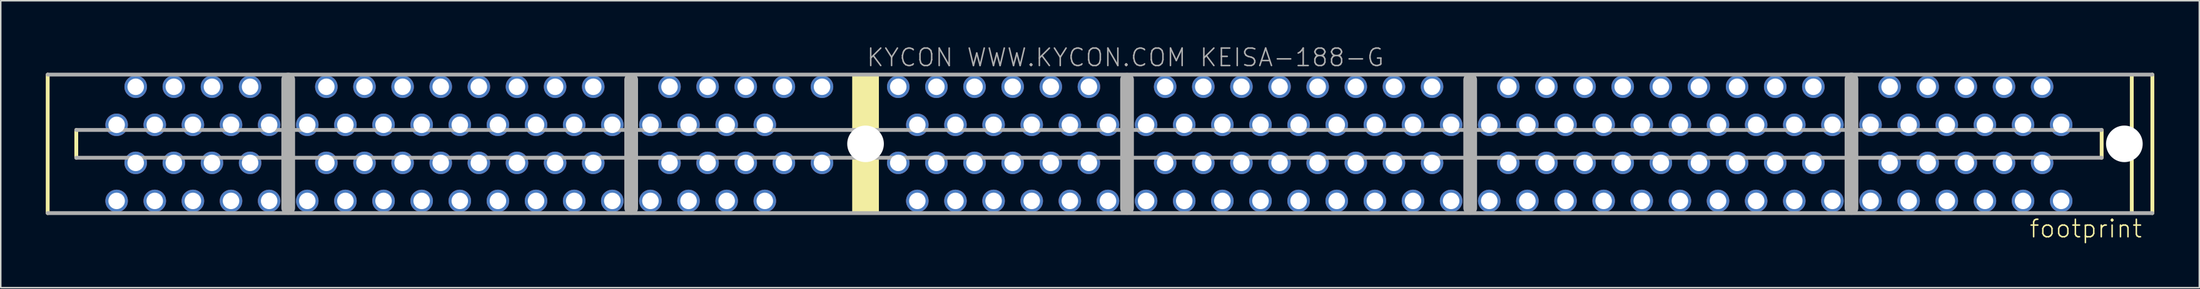
<source format=kicad_pcb>
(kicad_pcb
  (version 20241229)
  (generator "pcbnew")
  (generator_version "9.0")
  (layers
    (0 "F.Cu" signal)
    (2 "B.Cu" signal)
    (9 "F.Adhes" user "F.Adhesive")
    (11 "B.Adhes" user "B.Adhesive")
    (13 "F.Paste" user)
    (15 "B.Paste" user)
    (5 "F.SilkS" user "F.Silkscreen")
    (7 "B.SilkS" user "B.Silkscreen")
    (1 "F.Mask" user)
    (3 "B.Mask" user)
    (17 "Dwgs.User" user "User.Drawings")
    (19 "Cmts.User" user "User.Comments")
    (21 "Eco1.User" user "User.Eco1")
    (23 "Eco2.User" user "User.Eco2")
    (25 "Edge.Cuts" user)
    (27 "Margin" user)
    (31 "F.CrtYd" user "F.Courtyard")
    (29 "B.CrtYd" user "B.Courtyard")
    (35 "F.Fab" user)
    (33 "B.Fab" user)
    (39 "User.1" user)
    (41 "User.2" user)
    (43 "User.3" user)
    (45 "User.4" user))
  (footprint "footprint"
    (layer "F.Cu")
    (at 54.61 6.553)
    (property "Reference" "footprint" (at 77.47 6.35 0) (layer "F.SilkS") (effects (font (size 1.168 1.168) (thickness 0.102)) (justify left bottom)))
    (fp_line (start -54.483 4.623) (end -54.483 -4.623) (stroke (width 0.254) (type solid)) (layer "F.SilkS"))
    (fp_line (start -52.578 0.927) (end -52.578 -0.927) (stroke (width 0.254) (type solid)) (layer "F.SilkS"))
    (fp_line (start 82.347 -0.927) (end 82.347 0.927) (stroke (width 0.254) (type solid)) (layer "F.SilkS"))
    (fp_line (start 84.353 -4.534) (end 84.353 4.585) (stroke (width 0.254) (type solid)) (layer "F.SilkS"))
    (fp_line (start 85.725 -4.623) (end 85.725 4.623) (stroke (width 0.254) (type solid)) (layer "F.SilkS"))
    (fp_poly (pts (xy -0.889 4.699) (xy 0.889 4.699) (xy 0.889 -4.699) (xy -0.889 -4.699)) (stroke (width 0) (type solid)) (fill yes) (layer "F.SilkS"))
    (fp_line (start -54.483 -4.623) (end 85.725 -4.623) (stroke (width 0.254) (type solid)) (layer "F.Fab"))
    (fp_line (start -52.578 -0.927) (end 82.347 -0.927) (stroke (width 0.254) (type solid)) (layer "F.Fab"))
    (fp_line (start -38.46 -4.293) (end -38.46 4.28) (stroke (width 0.914) (type solid)) (layer "F.Fab"))
    (fp_line (start -15.613 -4.272) (end -15.613 4.28) (stroke (width 0.914) (type solid)) (layer "F.Fab"))
    (fp_line (start 17.42 -4.28) (end 17.42 4.28) (stroke (width 0.914) (type solid)) (layer "F.Fab"))
    (fp_line (start 40.28 -4.267) (end 40.28 4.28) (stroke (width 0.914) (type solid)) (layer "F.Fab"))
    (fp_line (start 65.68 -4.293) (end 65.68 4.28) (stroke (width 0.914) (type solid)) (layer "F.Fab"))
    (fp_line (start 82.347 0.927) (end -52.578 0.927) (stroke (width 0.254) (type solid)) (layer "F.Fab"))
    (fp_line (start 85.725 4.623) (end -54.483 4.623) (stroke (width 0.254) (type solid)) (layer "F.Fab"))
    (fp_text user "KYCON WWW.KYCON.COM KEISA-188-G" (at 0 -5.08 0) (layer "F.Fab") (effects (font (size 1.168 1.168) (thickness 0.102)) (justify left bottom)))
    (pad "" np_thru_hole circle (at 0 0) (size 2.44 2.44) (drill 2.44) (layers "*.Cu" "*.Mask"))
    (pad "" np_thru_hole circle (at 83.86 0) (size 2.44 2.44) (drill 2.44) (layers "*.Cu" "*.Mask"))
    (pad "A1" thru_hole circle (at 79.65 3.81) (size 1.5 1.5) (drill 1.1) (layers "*.Cu" "*.Mask"))
    (pad "A2" thru_hole circle (at 77.11 3.81) (size 1.5 1.5) (drill 1.1) (layers "*.Cu" "*.Mask"))
    (pad "A3" thru_hole circle (at 74.57 3.81) (size 1.5 1.5) (drill 1.1) (layers "*.Cu" "*.Mask"))
    (pad "A4" thru_hole circle (at 72.03 3.81) (size 1.5 1.5) (drill 1.1) (layers "*.Cu" "*.Mask"))
    (pad "A5" thru_hole circle (at 69.49 3.81) (size 1.5 1.5) (drill 1.1) (layers "*.Cu" "*.Mask"))
    (pad "A6" thru_hole circle (at 66.95 3.81) (size 1.5 1.5) (drill 1.1) (layers "*.Cu" "*.Mask"))
    (pad "A7" thru_hole circle (at 64.41 3.81) (size 1.5 1.5) (drill 1.1) (layers "*.Cu" "*.Mask"))
    (pad "A8" thru_hole circle (at 61.87 3.81) (size 1.5 1.5) (drill 1.1) (layers "*.Cu" "*.Mask"))
    (pad "A9" thru_hole circle (at 59.33 3.81) (size 1.5 1.5) (drill 1.1) (layers "*.Cu" "*.Mask"))
    (pad "A10" thru_hole circle (at 56.79 3.81) (size 1.5 1.5) (drill 1.1) (layers "*.Cu" "*.Mask"))
    (pad "A11" thru_hole circle (at 54.25 3.81) (size 1.5 1.5) (drill 1.1) (layers "*.Cu" "*.Mask"))
    (pad "A12" thru_hole circle (at 51.71 3.81) (size 1.5 1.5) (drill 1.1) (layers "*.Cu" "*.Mask"))
    (pad "A13" thru_hole circle (at 49.17 3.81) (size 1.5 1.5) (drill 1.1) (layers "*.Cu" "*.Mask"))
    (pad "A14" thru_hole circle (at 46.63 3.81) (size 1.5 1.5) (drill 1.1) (layers "*.Cu" "*.Mask"))
    (pad "A15" thru_hole circle (at 44.09 3.81) (size 1.5 1.5) (drill 1.1) (layers "*.Cu" "*.Mask"))
    (pad "A16" thru_hole circle (at 41.55 3.81) (size 1.5 1.5) (drill 1.1) (layers "*.Cu" "*.Mask"))
    (pad "A17" thru_hole circle (at 39.01 3.81) (size 1.5 1.5) (drill 1.1) (layers "*.Cu" "*.Mask"))
    (pad "A18" thru_hole circle (at 36.47 3.81) (size 1.5 1.5) (drill 1.1) (layers "*.Cu" "*.Mask"))
    (pad "A19" thru_hole circle (at 33.93 3.81) (size 1.5 1.5) (drill 1.1) (layers "*.Cu" "*.Mask"))
    (pad "A20" thru_hole circle (at 31.39 3.81) (size 1.5 1.5) (drill 1.1) (layers "*.Cu" "*.Mask"))
    (pad "A21" thru_hole circle (at 28.85 3.81) (size 1.5 1.5) (drill 1.1) (layers "*.Cu" "*.Mask"))
    (pad "A22" thru_hole circle (at 26.31 3.81) (size 1.5 1.5) (drill 1.1) (layers "*.Cu" "*.Mask"))
    (pad "A23" thru_hole circle (at 23.77 3.81) (size 1.5 1.5) (drill 1.1) (layers "*.Cu" "*.Mask"))
    (pad "A24" thru_hole circle (at 21.23 3.81) (size 1.5 1.5) (drill 1.1) (layers "*.Cu" "*.Mask"))
    (pad "A25" thru_hole circle (at 18.69 3.81) (size 1.5 1.5) (drill 1.1) (layers "*.Cu" "*.Mask"))
    (pad "A26" thru_hole circle (at 16.15 3.81) (size 1.5 1.5) (drill 1.1) (layers "*.Cu" "*.Mask"))
    (pad "A27" thru_hole circle (at 13.61 3.81) (size 1.5 1.5) (drill 1.1) (layers "*.Cu" "*.Mask"))
    (pad "A28" thru_hole circle (at 11.07 3.81) (size 1.5 1.5) (drill 1.1) (layers "*.Cu" "*.Mask"))
    (pad "A29" thru_hole circle (at 8.53 3.81) (size 1.5 1.5) (drill 1.1) (layers "*.Cu" "*.Mask"))
    (pad "A30" thru_hole circle (at 5.99 3.81) (size 1.5 1.5) (drill 1.1) (layers "*.Cu" "*.Mask"))
    (pad "A31" thru_hole circle (at 3.45 3.81) (size 1.5 1.5) (drill 1.1) (layers "*.Cu" "*.Mask"))
    (pad "B1" thru_hole circle (at 79.65 -1.27) (size 1.5 1.5) (drill 1.1) (layers "*.Cu" "*.Mask"))
    (pad "B2" thru_hole circle (at 77.11 -1.27) (size 1.5 1.5) (drill 1.1) (layers "*.Cu" "*.Mask"))
    (pad "B3" thru_hole circle (at 74.57 -1.27) (size 1.5 1.5) (drill 1.1) (layers "*.Cu" "*.Mask"))
    (pad "B4" thru_hole circle (at 72.03 -1.27) (size 1.5 1.5) (drill 1.1) (layers "*.Cu" "*.Mask"))
    (pad "B5" thru_hole circle (at 69.49 -1.27) (size 1.5 1.5) (drill 1.1) (layers "*.Cu" "*.Mask"))
    (pad "B6" thru_hole circle (at 66.95 -1.27) (size 1.5 1.5) (drill 1.1) (layers "*.Cu" "*.Mask"))
    (pad "B7" thru_hole circle (at 64.41 -1.27) (size 1.5 1.5) (drill 1.1) (layers "*.Cu" "*.Mask"))
    (pad "B8" thru_hole circle (at 61.87 -1.27) (size 1.5 1.5) (drill 1.1) (layers "*.Cu" "*.Mask"))
    (pad "B9" thru_hole circle (at 59.33 -1.27) (size 1.5 1.5) (drill 1.1) (layers "*.Cu" "*.Mask"))
    (pad "B10" thru_hole circle (at 56.79 -1.27) (size 1.5 1.5) (drill 1.1) (layers "*.Cu" "*.Mask"))
    (pad "B11" thru_hole circle (at 54.25 -1.27) (size 1.5 1.5) (drill 1.1) (layers "*.Cu" "*.Mask"))
    (pad "B12" thru_hole circle (at 51.71 -1.27) (size 1.5 1.5) (drill 1.1) (layers "*.Cu" "*.Mask"))
    (pad "B13" thru_hole circle (at 49.17 -1.27) (size 1.5 1.5) (drill 1.1) (layers "*.Cu" "*.Mask"))
    (pad "B14" thru_hole circle (at 46.63 -1.27) (size 1.5 1.5) (drill 1.1) (layers "*.Cu" "*.Mask"))
    (pad "B15" thru_hole circle (at 44.09 -1.27) (size 1.5 1.5) (drill 1.1) (layers "*.Cu" "*.Mask"))
    (pad "B16" thru_hole circle (at 41.55 -1.27) (size 1.5 1.5) (drill 1.1) (layers "*.Cu" "*.Mask"))
    (pad "B17" thru_hole circle (at 39.01 -1.27) (size 1.5 1.5) (drill 1.1) (layers "*.Cu" "*.Mask"))
    (pad "B18" thru_hole circle (at 36.47 -1.27) (size 1.5 1.5) (drill 1.1) (layers "*.Cu" "*.Mask"))
    (pad "B19" thru_hole circle (at 33.93 -1.27) (size 1.5 1.5) (drill 1.1) (layers "*.Cu" "*.Mask"))
    (pad "B20" thru_hole circle (at 31.39 -1.27) (size 1.5 1.5) (drill 1.1) (layers "*.Cu" "*.Mask"))
    (pad "B21" thru_hole circle (at 28.85 -1.27) (size 1.5 1.5) (drill 1.1) (layers "*.Cu" "*.Mask"))
    (pad "B22" thru_hole circle (at 26.31 -1.27) (size 1.5 1.5) (drill 1.1) (layers "*.Cu" "*.Mask"))
    (pad "B23" thru_hole circle (at 23.77 -1.27) (size 1.5 1.5) (drill 1.1) (layers "*.Cu" "*.Mask"))
    (pad "B24" thru_hole circle (at 21.23 -1.27) (size 1.5 1.5) (drill 1.1) (layers "*.Cu" "*.Mask"))
    (pad "B25" thru_hole circle (at 18.69 -1.27) (size 1.5 1.5) (drill 1.1) (layers "*.Cu" "*.Mask"))
    (pad "B26" thru_hole circle (at 16.15 -1.27) (size 1.5 1.5) (drill 1.1) (layers "*.Cu" "*.Mask"))
    (pad "B27" thru_hole circle (at 13.61 -1.27) (size 1.5 1.5) (drill 1.1) (layers "*.Cu" "*.Mask"))
    (pad "B28" thru_hole circle (at 11.07 -1.27) (size 1.5 1.5) (drill 1.1) (layers "*.Cu" "*.Mask"))
    (pad "B29" thru_hole circle (at 8.53 -1.27) (size 1.5 1.5) (drill 1.1) (layers "*.Cu" "*.Mask"))
    (pad "B30" thru_hole circle (at 5.99 -1.27) (size 1.5 1.5) (drill 1.1) (layers "*.Cu" "*.Mask"))
    (pad "B31" thru_hole circle (at 3.45 -1.27) (size 1.5 1.5) (drill 1.1) (layers "*.Cu" "*.Mask"))
    (pad "C1" thru_hole circle (at -6.71 3.81) (size 1.5 1.5) (drill 1.1) (layers "*.Cu" "*.Mask"))
    (pad "C2" thru_hole circle (at -9.25 3.81) (size 1.5 1.5) (drill 1.1) (layers "*.Cu" "*.Mask"))
    (pad "C3" thru_hole circle (at -11.79 3.81) (size 1.5 1.5) (drill 1.1) (layers "*.Cu" "*.Mask"))
    (pad "C4" thru_hole circle (at -14.33 3.81) (size 1.5 1.5) (drill 1.1) (layers "*.Cu" "*.Mask"))
    (pad "C5" thru_hole circle (at -16.87 3.81) (size 1.5 1.5) (drill 1.1) (layers "*.Cu" "*.Mask"))
    (pad "C6" thru_hole circle (at -19.41 3.81) (size 1.5 1.5) (drill 1.1) (layers "*.Cu" "*.Mask"))
    (pad "C7" thru_hole circle (at -21.95 3.81) (size 1.5 1.5) (drill 1.1) (layers "*.Cu" "*.Mask"))
    (pad "C8" thru_hole circle (at -24.49 3.81) (size 1.5 1.5) (drill 1.1) (layers "*.Cu" "*.Mask"))
    (pad "C9" thru_hole circle (at -27.03 3.81) (size 1.5 1.5) (drill 1.1) (layers "*.Cu" "*.Mask"))
    (pad "C10" thru_hole circle (at -29.57 3.81) (size 1.5 1.5) (drill 1.1) (layers "*.Cu" "*.Mask"))
    (pad "C11" thru_hole circle (at -32.11 3.81) (size 1.5 1.5) (drill 1.1) (layers "*.Cu" "*.Mask"))
    (pad "C12" thru_hole circle (at -34.65 3.81) (size 1.5 1.5) (drill 1.1) (layers "*.Cu" "*.Mask"))
    (pad "C13" thru_hole circle (at -37.19 3.81) (size 1.5 1.5) (drill 1.1) (layers "*.Cu" "*.Mask"))
    (pad "C14" thru_hole circle (at -39.73 3.81) (size 1.5 1.5) (drill 1.1) (layers "*.Cu" "*.Mask"))
    (pad "C15" thru_hole circle (at -42.27 3.81) (size 1.5 1.5) (drill 1.1) (layers "*.Cu" "*.Mask"))
    (pad "C16" thru_hole circle (at -44.81 3.81) (size 1.5 1.5) (drill 1.1) (layers "*.Cu" "*.Mask"))
    (pad "C17" thru_hole circle (at -47.35 3.81) (size 1.5 1.5) (drill 1.1) (layers "*.Cu" "*.Mask"))
    (pad "C18" thru_hole circle (at -49.89 3.81) (size 1.5 1.5) (drill 1.1) (layers "*.Cu" "*.Mask"))
    (pad "D1" thru_hole circle (at -6.71 -1.27) (size 1.5 1.5) (drill 1.1) (layers "*.Cu" "*.Mask"))
    (pad "D2" thru_hole circle (at -9.25 -1.27) (size 1.5 1.5) (drill 1.1) (layers "*.Cu" "*.Mask"))
    (pad "D3" thru_hole circle (at -11.79 -1.27) (size 1.5 1.5) (drill 1.1) (layers "*.Cu" "*.Mask"))
    (pad "D4" thru_hole circle (at -14.33 -1.27) (size 1.5 1.5) (drill 1.1) (layers "*.Cu" "*.Mask"))
    (pad "D5" thru_hole circle (at -16.87 -1.27) (size 1.5 1.5) (drill 1.1) (layers "*.Cu" "*.Mask"))
    (pad "D6" thru_hole circle (at -19.41 -1.27) (size 1.5 1.5) (drill 1.1) (layers "*.Cu" "*.Mask"))
    (pad "D7" thru_hole circle (at -21.95 -1.27) (size 1.5 1.5) (drill 1.1) (layers "*.Cu" "*.Mask"))
    (pad "D8" thru_hole circle (at -24.49 -1.27) (size 1.5 1.5) (drill 1.1) (layers "*.Cu" "*.Mask"))
    (pad "D9" thru_hole circle (at -27.03 -1.27) (size 1.5 1.5) (drill 1.1) (layers "*.Cu" "*.Mask"))
    (pad "D10" thru_hole circle (at -29.57 -1.27) (size 1.5 1.5) (drill 1.1) (layers "*.Cu" "*.Mask"))
    (pad "D11" thru_hole circle (at -32.11 -1.27) (size 1.5 1.5) (drill 1.1) (layers "*.Cu" "*.Mask"))
    (pad "D12" thru_hole circle (at -34.65 -1.27) (size 1.5 1.5) (drill 1.1) (layers "*.Cu" "*.Mask"))
    (pad "D13" thru_hole circle (at -37.19 -1.27) (size 1.5 1.5) (drill 1.1) (layers "*.Cu" "*.Mask"))
    (pad "D14" thru_hole circle (at -39.73 -1.27) (size 1.5 1.5) (drill 1.1) (layers "*.Cu" "*.Mask"))
    (pad "D15" thru_hole circle (at -42.27 -1.27) (size 1.5 1.5) (drill 1.1) (layers "*.Cu" "*.Mask"))
    (pad "D16" thru_hole circle (at -44.81 -1.27) (size 1.5 1.5) (drill 1.1) (layers "*.Cu" "*.Mask"))
    (pad "D17" thru_hole circle (at -47.35 -1.27) (size 1.5 1.5) (drill 1.1) (layers "*.Cu" "*.Mask"))
    (pad "D18" thru_hole circle (at -49.89 -1.27) (size 1.5 1.5) (drill 1.1) (layers "*.Cu" "*.Mask"))
    (pad "E1" thru_hole circle (at 78.38 1.27) (size 1.5 1.5) (drill 1.1) (layers "*.Cu" "*.Mask"))
    (pad "E2" thru_hole circle (at 75.84 1.27) (size 1.5 1.5) (drill 1.1) (layers "*.Cu" "*.Mask"))
    (pad "E3" thru_hole circle (at 73.3 1.27) (size 1.5 1.5) (drill 1.1) (layers "*.Cu" "*.Mask"))
    (pad "E4" thru_hole circle (at 70.76 1.27) (size 1.5 1.5) (drill 1.1) (layers "*.Cu" "*.Mask"))
    (pad "E5" thru_hole circle (at 68.22 1.27) (size 1.5 1.5) (drill 1.1) (layers "*.Cu" "*.Mask"))
    (pad "E7" thru_hole circle (at 63.14 1.27) (size 1.5 1.5) (drill 1.1) (layers "*.Cu" "*.Mask"))
    (pad "E8" thru_hole circle (at 60.6 1.27) (size 1.5 1.5) (drill 1.1) (layers "*.Cu" "*.Mask"))
    (pad "E9" thru_hole circle (at 58.06 1.27) (size 1.5 1.5) (drill 1.1) (layers "*.Cu" "*.Mask"))
    (pad "E10" thru_hole circle (at 55.52 1.27) (size 1.5 1.5) (drill 1.1) (layers "*.Cu" "*.Mask"))
    (pad "E11" thru_hole circle (at 52.98 1.27) (size 1.5 1.5) (drill 1.1) (layers "*.Cu" "*.Mask"))
    (pad "E12" thru_hole circle (at 50.44 1.27) (size 1.5 1.5) (drill 1.1) (layers "*.Cu" "*.Mask"))
    (pad "E13" thru_hole circle (at 47.9 1.27) (size 1.5 1.5) (drill 1.1) (layers "*.Cu" "*.Mask"))
    (pad "E14" thru_hole circle (at 45.36 1.27) (size 1.5 1.5) (drill 1.1) (layers "*.Cu" "*.Mask"))
    (pad "E15" thru_hole circle (at 42.82 1.27) (size 1.5 1.5) (drill 1.1) (layers "*.Cu" "*.Mask"))
    (pad "E17" thru_hole circle (at 37.74 1.27) (size 1.5 1.5) (drill 1.1) (layers "*.Cu" "*.Mask"))
    (pad "E18" thru_hole circle (at 35.2 1.27) (size 1.5 1.5) (drill 1.1) (layers "*.Cu" "*.Mask"))
    (pad "E19" thru_hole circle (at 32.66 1.27) (size 1.5 1.5) (drill 1.1) (layers "*.Cu" "*.Mask"))
    (pad "E20" thru_hole circle (at 30.12 1.27) (size 1.5 1.5) (drill 1.1) (layers "*.Cu" "*.Mask"))
    (pad "E21" thru_hole circle (at 27.58 1.27) (size 1.5 1.5) (drill 1.1) (layers "*.Cu" "*.Mask"))
    (pad "E22" thru_hole circle (at 25.04 1.27) (size 1.5 1.5) (drill 1.1) (layers "*.Cu" "*.Mask"))
    (pad "E23" thru_hole circle (at 22.5 1.27) (size 1.5 1.5) (drill 1.1) (layers "*.Cu" "*.Mask"))
    (pad "E24" thru_hole circle (at 19.96 1.27) (size 1.5 1.5) (drill 1.1) (layers "*.Cu" "*.Mask"))
    (pad "E26" thru_hole circle (at 14.88 1.27) (size 1.5 1.5) (drill 1.1) (layers "*.Cu" "*.Mask"))
    (pad "E27" thru_hole circle (at 12.34 1.27) (size 1.5 1.5) (drill 1.1) (layers "*.Cu" "*.Mask"))
    (pad "E28" thru_hole circle (at 9.8 1.27) (size 1.5 1.5) (drill 1.1) (layers "*.Cu" "*.Mask"))
    (pad "E29" thru_hole circle (at 7.26 1.27) (size 1.5 1.5) (drill 1.1) (layers "*.Cu" "*.Mask"))
    (pad "E30" thru_hole circle (at 4.72 1.27) (size 1.5 1.5) (drill 1.1) (layers "*.Cu" "*.Mask"))
    (pad "E31" thru_hole circle (at 2.18 1.27) (size 1.5 1.5) (drill 1.1) (layers "*.Cu" "*.Mask"))
    (pad "F1" thru_hole circle (at 78.38 -3.81) (size 1.5 1.5) (drill 1.1) (layers "*.Cu" "*.Mask"))
    (pad "F2" thru_hole circle (at 75.84 -3.81) (size 1.5 1.5) (drill 1.1) (layers "*.Cu" "*.Mask"))
    (pad "F3" thru_hole circle (at 73.3 -3.81) (size 1.5 1.5) (drill 1.1) (layers "*.Cu" "*.Mask"))
    (pad "F4" thru_hole circle (at 70.76 -3.81) (size 1.5 1.5) (drill 1.1) (layers "*.Cu" "*.Mask"))
    (pad "F5" thru_hole circle (at 68.22 -3.81) (size 1.5 1.5) (drill 1.1) (layers "*.Cu" "*.Mask"))
    (pad "F7" thru_hole circle (at 63.14 -3.81) (size 1.5 1.5) (drill 1.1) (layers "*.Cu" "*.Mask"))
    (pad "F8" thru_hole circle (at 60.6 -3.81) (size 1.5 1.5) (drill 1.1) (layers "*.Cu" "*.Mask"))
    (pad "F9" thru_hole circle (at 58.06 -3.81) (size 1.5 1.5) (drill 1.1) (layers "*.Cu" "*.Mask"))
    (pad "F10" thru_hole circle (at 55.52 -3.81) (size 1.5 1.5) (drill 1.1) (layers "*.Cu" "*.Mask"))
    (pad "F11" thru_hole circle (at 52.98 -3.81) (size 1.5 1.5) (drill 1.1) (layers "*.Cu" "*.Mask"))
    (pad "F12" thru_hole circle (at 50.44 -3.81) (size 1.5 1.5) (drill 1.1) (layers "*.Cu" "*.Mask"))
    (pad "F13" thru_hole circle (at 47.9 -3.81) (size 1.5 1.5) (drill 1.1) (layers "*.Cu" "*.Mask"))
    (pad "F14" thru_hole circle (at 45.36 -3.81) (size 1.5 1.5) (drill 1.1) (layers "*.Cu" "*.Mask"))
    (pad "F15" thru_hole circle (at 42.82 -3.81) (size 1.5 1.5) (drill 1.1) (layers "*.Cu" "*.Mask"))
    (pad "F17" thru_hole circle (at 37.74 -3.81) (size 1.5 1.5) (drill 1.1) (layers "*.Cu" "*.Mask"))
    (pad "F18" thru_hole circle (at 35.2 -3.81) (size 1.5 1.5) (drill 1.1) (layers "*.Cu" "*.Mask"))
    (pad "F19" thru_hole circle (at 32.66 -3.81) (size 1.5 1.5) (drill 1.1) (layers "*.Cu" "*.Mask"))
    (pad "F20" thru_hole circle (at 30.12 -3.81) (size 1.5 1.5) (drill 1.1) (layers "*.Cu" "*.Mask"))
    (pad "F21" thru_hole circle (at 27.58 -3.81) (size 1.5 1.5) (drill 1.1) (layers "*.Cu" "*.Mask"))
    (pad "F22" thru_hole circle (at 25.04 -3.81) (size 1.5 1.5) (drill 1.1) (layers "*.Cu" "*.Mask"))
    (pad "F23" thru_hole circle (at 22.5 -3.81) (size 1.5 1.5) (drill 1.1) (layers "*.Cu" "*.Mask"))
    (pad "F24" thru_hole circle (at 19.96 -3.81) (size 1.5 1.5) (drill 1.1) (layers "*.Cu" "*.Mask"))
    (pad "F26" thru_hole circle (at 14.88 -3.81) (size 1.5 1.5) (drill 1.1) (layers "*.Cu" "*.Mask"))
    (pad "F27" thru_hole circle (at 12.34 -3.81) (size 1.5 1.5) (drill 1.1) (layers "*.Cu" "*.Mask"))
    (pad "F28" thru_hole circle (at 9.8 -3.81) (size 1.5 1.5) (drill 1.1) (layers "*.Cu" "*.Mask"))
    (pad "F29" thru_hole circle (at 7.26 -3.81) (size 1.5 1.5) (drill 1.1) (layers "*.Cu" "*.Mask"))
    (pad "F30" thru_hole circle (at 4.72 -3.81) (size 1.5 1.5) (drill 1.1) (layers "*.Cu" "*.Mask"))
    (pad "F31" thru_hole circle (at 2.18 -3.81) (size 1.5 1.5) (drill 1.1) (layers "*.Cu" "*.Mask"))
    (pad "G1" thru_hole circle (at -2.9 1.27) (size 1.5 1.5) (drill 1.1) (layers "*.Cu" "*.Mask"))
    (pad "G2" thru_hole circle (at -5.44 1.27) (size 1.5 1.5) (drill 1.1) (layers "*.Cu" "*.Mask"))
    (pad "G3" thru_hole circle (at -7.98 1.27) (size 1.5 1.5) (drill 1.1) (layers "*.Cu" "*.Mask"))
    (pad "G4" thru_hole circle (at -10.52 1.27) (size 1.5 1.5) (drill 1.1) (layers "*.Cu" "*.Mask"))
    (pad "G5" thru_hole circle (at -13.06 1.27) (size 1.5 1.5) (drill 1.1) (layers "*.Cu" "*.Mask"))
    (pad "G7" thru_hole circle (at -18.14 1.27) (size 1.5 1.5) (drill 1.1) (layers "*.Cu" "*.Mask"))
    (pad "G8" thru_hole circle (at -20.68 1.27) (size 1.5 1.5) (drill 1.1) (layers "*.Cu" "*.Mask"))
    (pad "G9" thru_hole circle (at -23.22 1.27) (size 1.5 1.5) (drill 1.1) (layers "*.Cu" "*.Mask"))
    (pad "G10" thru_hole circle (at -25.76 1.27) (size 1.5 1.5) (drill 1.1) (layers "*.Cu" "*.Mask"))
    (pad "G11" thru_hole circle (at -28.3 1.27) (size 1.5 1.5) (drill 1.1) (layers "*.Cu" "*.Mask"))
    (pad "G12" thru_hole circle (at -30.84 1.27) (size 1.5 1.5) (drill 1.1) (layers "*.Cu" "*.Mask"))
    (pad "G13" thru_hole circle (at -33.38 1.27) (size 1.5 1.5) (drill 1.1) (layers "*.Cu" "*.Mask"))
    (pad "G14" thru_hole circle (at -35.92 1.27) (size 1.5 1.5) (drill 1.1) (layers "*.Cu" "*.Mask"))
    (pad "G16" thru_hole circle (at -41 1.27) (size 1.5 1.5) (drill 1.1) (layers "*.Cu" "*.Mask"))
    (pad "G17" thru_hole circle (at -43.54 1.27) (size 1.5 1.5) (drill 1.1) (layers "*.Cu" "*.Mask"))
    (pad "G18" thru_hole circle (at -46.08 1.27) (size 1.5 1.5) (drill 1.1) (layers "*.Cu" "*.Mask"))
    (pad "G19" thru_hole circle (at -48.62 1.27) (size 1.5 1.5) (drill 1.1) (layers "*.Cu" "*.Mask"))
    (pad "H1" thru_hole circle (at -2.9 -3.81) (size 1.5 1.5) (drill 1.1) (layers "*.Cu" "*.Mask"))
    (pad "H2" thru_hole circle (at -5.44 -3.81) (size 1.5 1.5) (drill 1.1) (layers "*.Cu" "*.Mask"))
    (pad "H3" thru_hole circle (at -7.98 -3.81) (size 1.5 1.5) (drill 1.1) (layers "*.Cu" "*.Mask"))
    (pad "H4" thru_hole circle (at -10.52 -3.81) (size 1.5 1.5) (drill 1.1) (layers "*.Cu" "*.Mask"))
    (pad "H5" thru_hole circle (at -13.06 -3.81) (size 1.5 1.5) (drill 1.1) (layers "*.Cu" "*.Mask"))
    (pad "H7" thru_hole circle (at -18.14 -3.81) (size 1.5 1.5) (drill 1.1) (layers "*.Cu" "*.Mask"))
    (pad "H8" thru_hole circle (at -20.68 -3.81) (size 1.5 1.5) (drill 1.1) (layers "*.Cu" "*.Mask"))
    (pad "H9" thru_hole circle (at -23.22 -3.81) (size 1.5 1.5) (drill 1.1) (layers "*.Cu" "*.Mask"))
    (pad "H10" thru_hole circle (at -25.76 -3.81) (size 1.5 1.5) (drill 1.1) (layers "*.Cu" "*.Mask"))
    (pad "H11" thru_hole circle (at -28.3 -3.81) (size 1.5 1.5) (drill 1.1) (layers "*.Cu" "*.Mask"))
    (pad "H12" thru_hole circle (at -30.84 -3.81) (size 1.5 1.5) (drill 1.1) (layers "*.Cu" "*.Mask"))
    (pad "H13" thru_hole circle (at -33.38 -3.81) (size 1.5 1.5) (drill 1.1) (layers "*.Cu" "*.Mask"))
    (pad "H14" thru_hole circle (at -35.92 -3.81) (size 1.5 1.5) (drill 1.1) (layers "*.Cu" "*.Mask"))
    (pad "H16" thru_hole circle (at -41 -3.81) (size 1.5 1.5) (drill 1.1) (layers "*.Cu" "*.Mask"))
    (pad "H17" thru_hole circle (at -43.54 -3.81) (size 1.5 1.5) (drill 1.1) (layers "*.Cu" "*.Mask"))
    (pad "H18" thru_hole circle (at -46.08 -3.81) (size 1.5 1.5) (drill 1.1) (layers "*.Cu" "*.Mask"))
    (pad "H19" thru_hole circle (at -48.62 -3.81) (size 1.5 1.5) (drill 1.1) (layers "*.Cu" "*.Mask")))
  (gr_rect
    (start -3 -3)
    (end 143.462 16.154)
    (stroke (width 0.1) (type default))
    (fill no)
    (layer "Edge.Cuts")))
</source>
